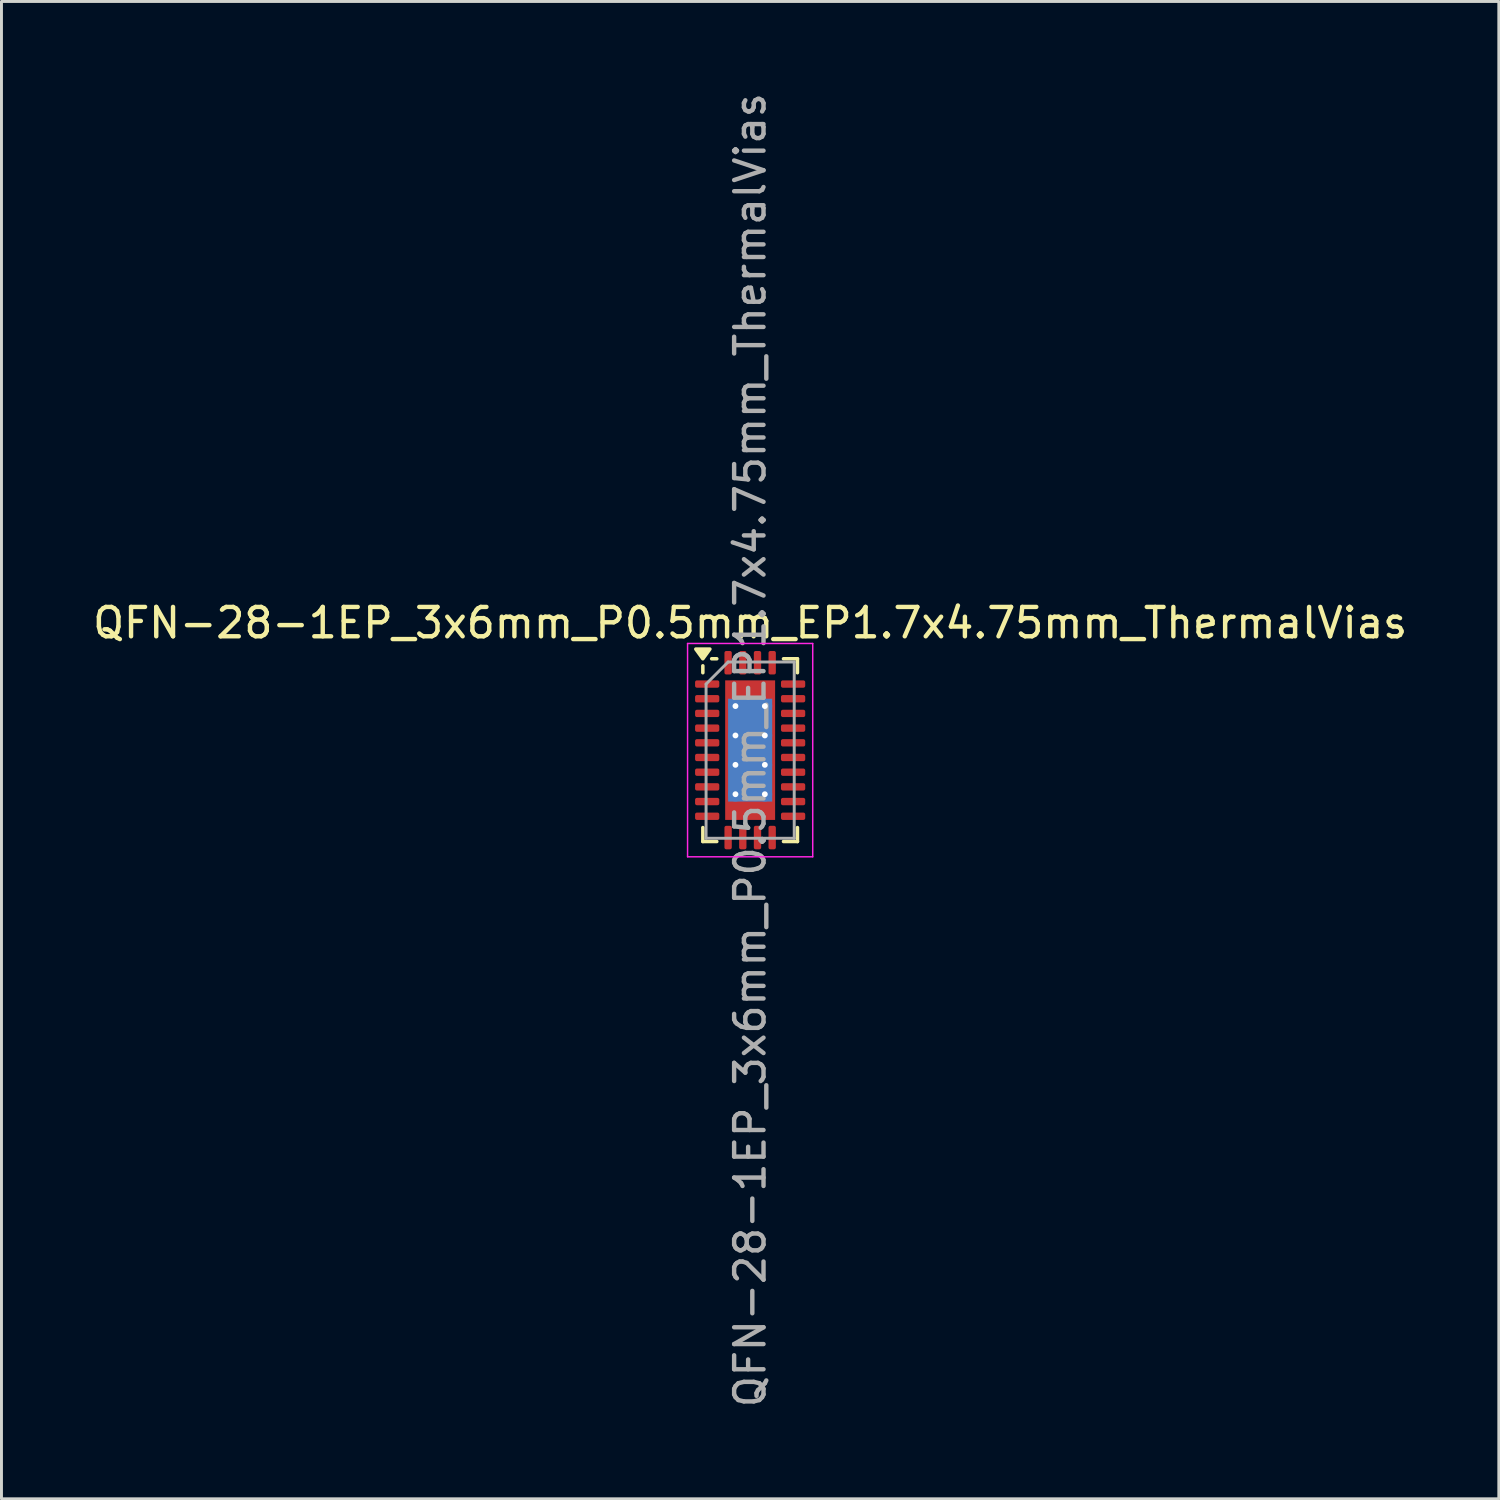
<source format=kicad_pcb>
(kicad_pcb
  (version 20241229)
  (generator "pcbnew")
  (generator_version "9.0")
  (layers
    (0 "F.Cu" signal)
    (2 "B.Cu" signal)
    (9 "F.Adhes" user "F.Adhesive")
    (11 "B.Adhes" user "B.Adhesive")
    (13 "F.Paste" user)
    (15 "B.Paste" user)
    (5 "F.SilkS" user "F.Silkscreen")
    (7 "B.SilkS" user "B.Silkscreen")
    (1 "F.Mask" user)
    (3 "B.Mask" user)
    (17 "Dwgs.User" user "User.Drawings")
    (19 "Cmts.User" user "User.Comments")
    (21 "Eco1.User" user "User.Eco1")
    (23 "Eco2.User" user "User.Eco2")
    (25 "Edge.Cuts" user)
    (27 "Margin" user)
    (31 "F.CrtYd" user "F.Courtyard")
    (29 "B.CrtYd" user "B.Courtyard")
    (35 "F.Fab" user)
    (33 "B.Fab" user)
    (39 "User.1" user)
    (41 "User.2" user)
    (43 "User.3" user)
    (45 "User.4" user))
  (footprint "QFN-28-1EP_3x6mm_P0.5mm_EP1.7x4.75mm_ThermalVias"
    (layer "F.Cu")
    (at 22.482 22.482)
    (property "Reference" "QFN-28-1EP_3x6mm_P0.5mm_EP1.7x4.75mm_ThermalVias" (at 0 -4.33 0) (layer "F.SilkS") (effects (font (size 1 1) (thickness 0.15))))
    (attr smd)
    (fp_line (start -1.61 -2.635) (end -1.61 -2.87) (stroke (width 0.12) (type solid)) (layer "F.SilkS"))
    (fp_line (start -1.61 3.11) (end -1.61 2.635) (stroke (width 0.12) (type solid)) (layer "F.SilkS"))
    (fp_line (start -1.135 -3.11) (end -1.31 -3.11) (stroke (width 0.12) (type solid)) (layer "F.SilkS"))
    (fp_line (start -1.135 3.11) (end -1.61 3.11) (stroke (width 0.12) (type solid)) (layer "F.SilkS"))
    (fp_line (start 1.135 -3.11) (end 1.61 -3.11) (stroke (width 0.12) (type solid)) (layer "F.SilkS"))
    (fp_line (start 1.135 3.11) (end 1.61 3.11) (stroke (width 0.12) (type solid)) (layer "F.SilkS"))
    (fp_line (start 1.61 -3.11) (end 1.61 -2.635) (stroke (width 0.12) (type solid)) (layer "F.SilkS"))
    (fp_line (start 1.61 3.11) (end 1.61 2.635) (stroke (width 0.12) (type solid)) (layer "F.SilkS"))
    (fp_poly (pts (xy -1.61 -3.11) (xy -1.85 -3.44) (xy -1.37 -3.44) (xy -1.61 -3.11)) (stroke (width 0.12) (type solid)) (fill yes) (layer "F.SilkS"))
    (fp_line (start -2.13 -3.63) (end -2.13 3.63) (stroke (width 0.05) (type solid)) (layer "F.CrtYd"))
    (fp_line (start -2.13 3.63) (end 2.13 3.63) (stroke (width 0.05) (type solid)) (layer "F.CrtYd"))
    (fp_line (start 2.13 -3.63) (end -2.13 -3.63) (stroke (width 0.05) (type solid)) (layer "F.CrtYd"))
    (fp_line (start 2.13 3.63) (end 2.13 -3.63) (stroke (width 0.05) (type solid)) (layer "F.CrtYd"))
    (fp_line (start -1.5 -2.25) (end -0.75 -3) (stroke (width 0.1) (type solid)) (layer "F.Fab"))
    (fp_line (start -1.5 3) (end -1.5 -2.25) (stroke (width 0.1) (type solid)) (layer "F.Fab"))
    (fp_line (start -0.75 -3) (end 1.5 -3) (stroke (width 0.1) (type solid)) (layer "F.Fab"))
    (fp_line (start 1.5 -3) (end 1.5 3) (stroke (width 0.1) (type solid)) (layer "F.Fab"))
    (fp_line (start 1.5 3) (end -1.5 3) (stroke (width 0.1) (type solid)) (layer "F.Fab"))
    (fp_text user "${REFERENCE}" (at 0 0 90) (layer "F.Fab") (effects (font (size 1 1) (thickness 0.15))))
    (pad "" smd custom (at -0.675 -1.938) (size 0.166 0.166) (layers "F.Paste") (options (anchor circle)) (primitives (gr_poly (pts (xy -0.082 -0.294) (xy 0.082 -0.294) (xy 0.082 0.164) (xy -0.048 0.294) (xy -0.082 0.294)) (width 0.118) (fill yes))))
    (pad "" smd custom (at -0.675 -1) (size 0.175 0.175) (layers "F.Paste") (options (anchor circle)) (primitives (gr_poly (pts (xy -0.076 -0.338) (xy -0.038 -0.338) (xy 0.076 -0.224) (xy 0.076 0.224) (xy -0.038 0.338) (xy -0.076 0.338)) (width 0.13) (fill yes))))
    (pad "" smd custom (at -0.675 0) (size 0.175 0.175) (layers "F.Paste") (options (anchor circle)) (primitives (gr_poly (pts (xy -0.076 -0.338) (xy -0.038 -0.338) (xy 0.076 -0.224) (xy 0.076 0.224) (xy -0.038 0.338) (xy -0.076 0.338)) (width 0.13) (fill yes))))
    (pad "" smd custom (at -0.675 1) (size 0.175 0.175) (layers "F.Paste") (options (anchor circle)) (primitives (gr_poly (pts (xy -0.076 -0.338) (xy -0.038 -0.338) (xy 0.076 -0.224) (xy 0.076 0.224) (xy -0.038 0.338) (xy -0.076 0.338)) (width 0.13) (fill yes))))
    (pad "" smd custom (at -0.675 1.938) (size 0.166 0.166) (layers "F.Paste") (options (anchor circle)) (primitives (gr_poly (pts (xy -0.082 -0.294) (xy -0.048 -0.294) (xy 0.082 -0.164) (xy 0.082 0.294) (xy -0.082 0.294)) (width 0.118) (fill yes))))
    (pad "" smd roundrect (at 0 -1.938) (size 0.806 0.705) (layers "F.Paste") (roundrect_rratio 0.25))
    (pad "" smd roundrect (at 0 -1) (size 0.806 0.806) (layers "F.Paste") (roundrect_rratio 0.25))
    (pad "" smd roundrect (at 0 0) (size 0.806 0.806) (layers "F.Paste") (roundrect_rratio 0.25))
    (pad "" smd roundrect (at 0 1) (size 0.806 0.806) (layers "F.Paste") (roundrect_rratio 0.25))
    (pad "" smd roundrect (at 0 1.938) (size 0.806 0.705) (layers "F.Paste") (roundrect_rratio 0.25))
    (pad "" smd custom (at 0.675 -1.938) (size 0.166 0.166) (layers "F.Paste") (options (anchor circle)) (primitives (gr_poly (pts (xy -0.082 -0.294) (xy 0.082 -0.294) (xy 0.082 0.294) (xy 0.048 0.294) (xy -0.082 0.164)) (width 0.118) (fill yes))))
    (pad "" smd custom (at 0.675 -1) (size 0.175 0.175) (layers "F.Paste") (options (anchor circle)) (primitives (gr_poly (pts (xy -0.076 -0.224) (xy 0.038 -0.338) (xy 0.076 -0.338) (xy 0.076 0.338) (xy 0.038 0.338) (xy -0.076 0.224)) (width 0.13) (fill yes))))
    (pad "" smd custom (at 0.675 0) (size 0.175 0.175) (layers "F.Paste") (options (anchor circle)) (primitives (gr_poly (pts (xy -0.076 -0.224) (xy 0.038 -0.338) (xy 0.076 -0.338) (xy 0.076 0.338) (xy 0.038 0.338) (xy -0.076 0.224)) (width 0.13) (fill yes))))
    (pad "" smd custom (at 0.675 1) (size 0.175 0.175) (layers "F.Paste") (options (anchor circle)) (primitives (gr_poly (pts (xy -0.076 -0.224) (xy 0.038 -0.338) (xy 0.076 -0.338) (xy 0.076 0.338) (xy 0.038 0.338) (xy -0.076 0.224)) (width 0.13) (fill yes))))
    (pad "" smd custom (at 0.675 1.938) (size 0.166 0.166) (layers "F.Paste") (options (anchor circle)) (primitives (gr_poly (pts (xy -0.082 -0.164) (xy 0.048 -0.294) (xy 0.082 -0.294) (xy 0.082 0.294) (xy -0.082 0.294)) (width 0.118) (fill yes))))
    (pad "1" smd roundrect (at -1.462 -2.25) (size 0.825 0.25) (layers "F.Cu" "F.Mask" "F.Paste") (roundrect_rratio 0.25))
    (pad "2" smd roundrect (at -1.462 -1.75) (size 0.825 0.25) (layers "F.Cu" "F.Mask" "F.Paste") (roundrect_rratio 0.25))
    (pad "3" smd roundrect (at -1.462 -1.25) (size 0.825 0.25) (layers "F.Cu" "F.Mask" "F.Paste") (roundrect_rratio 0.25))
    (pad "4" smd roundrect (at -1.462 -0.75) (size 0.825 0.25) (layers "F.Cu" "F.Mask" "F.Paste") (roundrect_rratio 0.25))
    (pad "5" smd roundrect (at -1.462 -0.25) (size 0.825 0.25) (layers "F.Cu" "F.Mask" "F.Paste") (roundrect_rratio 0.25))
    (pad "6" smd roundrect (at -1.462 0.25) (size 0.825 0.25) (layers "F.Cu" "F.Mask" "F.Paste") (roundrect_rratio 0.25))
    (pad "7" smd roundrect (at -1.462 0.75) (size 0.825 0.25) (layers "F.Cu" "F.Mask" "F.Paste") (roundrect_rratio 0.25))
    (pad "8" smd roundrect (at -1.462 1.25) (size 0.825 0.25) (layers "F.Cu" "F.Mask" "F.Paste") (roundrect_rratio 0.25))
    (pad "9" smd roundrect (at -1.462 1.75) (size 0.825 0.25) (layers "F.Cu" "F.Mask" "F.Paste") (roundrect_rratio 0.25))
    (pad "10" smd roundrect (at -1.462 2.25) (size 0.825 0.25) (layers "F.Cu" "F.Mask" "F.Paste") (roundrect_rratio 0.25))
    (pad "11" smd roundrect (at -0.75 2.975) (size 0.25 0.8) (layers "F.Cu" "F.Mask" "F.Paste") (roundrect_rratio 0.25))
    (pad "12" smd roundrect (at -0.25 2.975) (size 0.25 0.8) (layers "F.Cu" "F.Mask" "F.Paste") (roundrect_rratio 0.25))
    (pad "13" smd roundrect (at 0.25 2.975) (size 0.25 0.8) (layers "F.Cu" "F.Mask" "F.Paste") (roundrect_rratio 0.25))
    (pad "14" smd roundrect (at 0.75 2.975) (size 0.25 0.8) (layers "F.Cu" "F.Mask" "F.Paste") (roundrect_rratio 0.25))
    (pad "15" smd roundrect (at 1.462 2.25) (size 0.825 0.25) (layers "F.Cu" "F.Mask" "F.Paste") (roundrect_rratio 0.25))
    (pad "16" smd roundrect (at 1.462 1.75) (size 0.825 0.25) (layers "F.Cu" "F.Mask" "F.Paste") (roundrect_rratio 0.25))
    (pad "17" smd roundrect (at 1.462 1.25) (size 0.825 0.25) (layers "F.Cu" "F.Mask" "F.Paste") (roundrect_rratio 0.25))
    (pad "18" smd roundrect (at 1.462 0.75) (size 0.825 0.25) (layers "F.Cu" "F.Mask" "F.Paste") (roundrect_rratio 0.25))
    (pad "19" smd roundrect (at 1.462 0.25) (size 0.825 0.25) (layers "F.Cu" "F.Mask" "F.Paste") (roundrect_rratio 0.25))
    (pad "20" smd roundrect (at 1.462 -0.25) (size 0.825 0.25) (layers "F.Cu" "F.Mask" "F.Paste") (roundrect_rratio 0.25))
    (pad "21" smd roundrect (at 1.462 -0.75) (size 0.825 0.25) (layers "F.Cu" "F.Mask" "F.Paste") (roundrect_rratio 0.25))
    (pad "22" smd roundrect (at 1.462 -1.25) (size 0.825 0.25) (layers "F.Cu" "F.Mask" "F.Paste") (roundrect_rratio 0.25))
    (pad "23" smd roundrect (at 1.462 -1.75) (size 0.825 0.25) (layers "F.Cu" "F.Mask" "F.Paste") (roundrect_rratio 0.25))
    (pad "24" smd roundrect (at 1.462 -2.25) (size 0.825 0.25) (layers "F.Cu" "F.Mask" "F.Paste") (roundrect_rratio 0.25))
    (pad "25" smd roundrect (at 0.75 -2.975) (size 0.25 0.8) (layers "F.Cu" "F.Mask" "F.Paste") (roundrect_rratio 0.25))
    (pad "26" smd roundrect (at 0.25 -2.975) (size 0.25 0.8) (layers "F.Cu" "F.Mask" "F.Paste") (roundrect_rratio 0.25))
    (pad "27" smd roundrect (at -0.25 -2.975) (size 0.25 0.8) (layers "F.Cu" "F.Mask" "F.Paste") (roundrect_rratio 0.25))
    (pad "28" smd roundrect (at -0.75 -2.975) (size 0.25 0.8) (layers "F.Cu" "F.Mask" "F.Paste") (roundrect_rratio 0.25))
    (pad "29" thru_hole circle (at -0.5 -1.5) (size 0.5 0.5) (drill 0.2) (property pad_prop_heatsink) (layers "*.Cu"))
    (pad "29" thru_hole circle (at -0.5 -0.5) (size 0.5 0.5) (drill 0.2) (property pad_prop_heatsink) (layers "*.Cu"))
    (pad "29" thru_hole circle (at -0.5 0.5) (size 0.5 0.5) (drill 0.2) (property pad_prop_heatsink) (layers "*.Cu"))
    (pad "29" thru_hole circle (at -0.5 1.5) (size 0.5 0.5) (drill 0.2) (property pad_prop_heatsink) (layers "*.Cu"))
    (pad "29" smd rect (at 0 0) (size 1.5 3.5) (property pad_prop_heatsink) (layers "B.Cu"))
    (pad "29" smd rect (at 0 0) (size 1.7 4.75) (property pad_prop_heatsink) (layers "F.Cu" "F.Mask"))
    (pad "29" thru_hole circle (at 0.5 -1.5) (size 0.5 0.5) (drill 0.2) (property pad_prop_heatsink) (layers "*.Cu"))
    (pad "29" thru_hole circle (at 0.5 -0.5) (size 0.5 0.5) (drill 0.2) (property pad_prop_heatsink) (layers "*.Cu"))
    (pad "29" thru_hole circle (at 0.5 0.5) (size 0.5 0.5) (drill 0.2) (property pad_prop_heatsink) (layers "*.Cu"))
    (pad "29" thru_hole circle (at 0.5 1.5) (size 0.5 0.5) (drill 0.2) (property pad_prop_heatsink) (layers "*.Cu")))
  (gr_rect
    (start -3 -3)
    (end 47.964 47.964)
    (stroke (width 0.1) (type default))
    (fill no)
    (layer "Edge.Cuts")))
</source>
